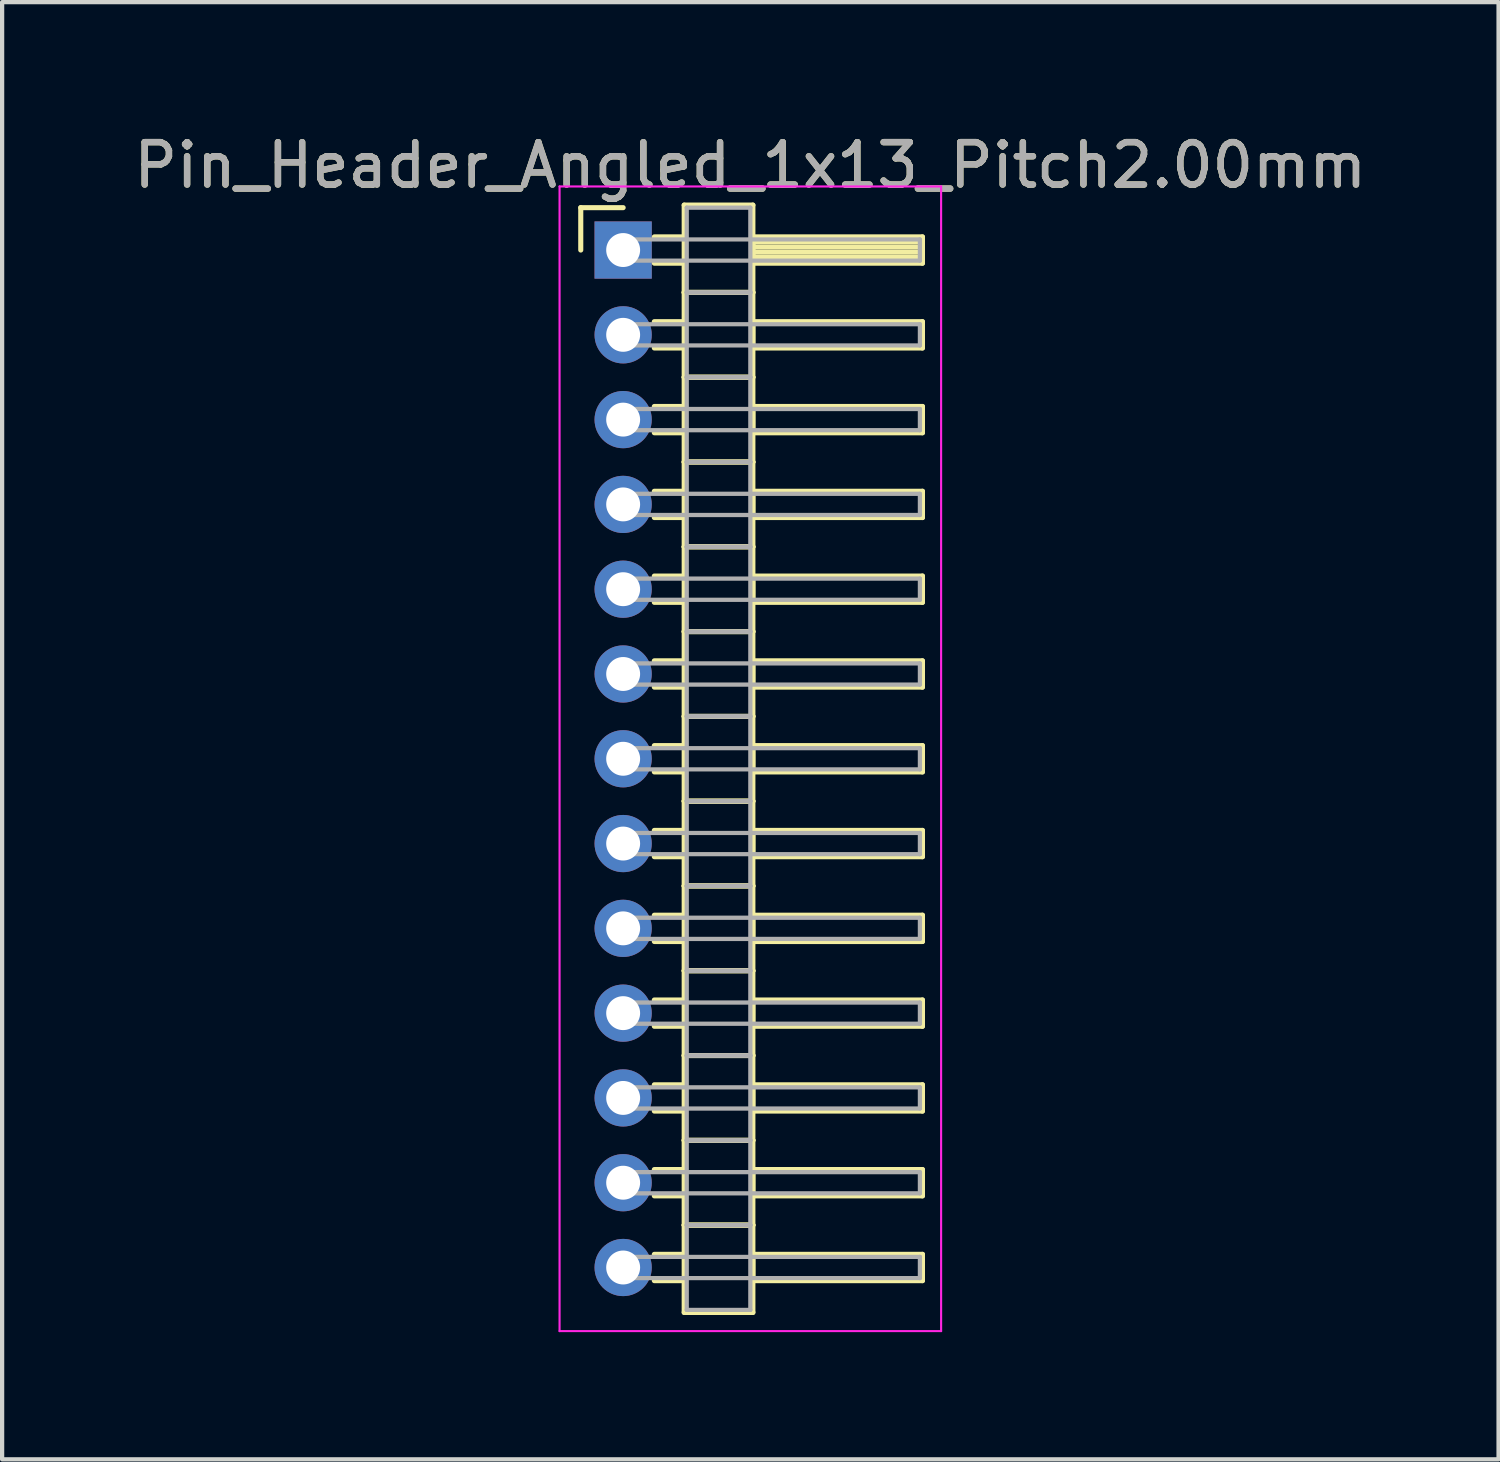
<source format=kicad_pcb>
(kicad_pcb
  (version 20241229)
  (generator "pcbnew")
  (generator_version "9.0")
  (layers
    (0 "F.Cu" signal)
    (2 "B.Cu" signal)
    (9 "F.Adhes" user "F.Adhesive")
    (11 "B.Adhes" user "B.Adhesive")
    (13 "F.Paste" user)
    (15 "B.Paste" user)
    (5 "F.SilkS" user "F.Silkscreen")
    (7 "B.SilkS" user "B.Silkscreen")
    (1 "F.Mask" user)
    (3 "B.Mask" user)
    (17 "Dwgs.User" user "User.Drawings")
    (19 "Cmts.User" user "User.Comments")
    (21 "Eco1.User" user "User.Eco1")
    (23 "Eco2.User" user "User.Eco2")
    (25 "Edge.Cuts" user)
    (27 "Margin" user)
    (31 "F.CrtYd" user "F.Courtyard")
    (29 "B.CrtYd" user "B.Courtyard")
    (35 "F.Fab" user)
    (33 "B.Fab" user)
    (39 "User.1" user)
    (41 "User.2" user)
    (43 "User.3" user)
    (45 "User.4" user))
  (footprint "Pin_Header_Angled_1x13_Pitch2.00mm"
    (layer "F.Cu")
    (at 11.649 2.848)
    (property "Reference" "Pin_Header_Angled_1x13_Pitch2.00mm" (at 3 -2 0) (layer "F.SilkS") (effects (font (size 1 1) (thickness 0.15))))
    (attr through_hole)
    (fp_line (start -1 -1) (end 0 -1) (stroke (width 0.12) (type solid)) (layer "F.SilkS"))
    (fp_line (start -1 0) (end -1 -1) (stroke (width 0.12) (type solid)) (layer "F.SilkS"))
    (fp_line (start 0.735 -0.31) (end 1.44 -0.31) (stroke (width 0.12) (type solid)) (layer "F.SilkS"))
    (fp_line (start 0.735 0.31) (end 1.44 0.31) (stroke (width 0.12) (type solid)) (layer "F.SilkS"))
    (fp_line (start 0.735 1.69) (end 1.44 1.69) (stroke (width 0.12) (type solid)) (layer "F.SilkS"))
    (fp_line (start 0.735 2.31) (end 1.44 2.31) (stroke (width 0.12) (type solid)) (layer "F.SilkS"))
    (fp_line (start 0.735 3.69) (end 1.44 3.69) (stroke (width 0.12) (type solid)) (layer "F.SilkS"))
    (fp_line (start 0.735 4.31) (end 1.44 4.31) (stroke (width 0.12) (type solid)) (layer "F.SilkS"))
    (fp_line (start 0.735 5.69) (end 1.44 5.69) (stroke (width 0.12) (type solid)) (layer "F.SilkS"))
    (fp_line (start 0.735 6.31) (end 1.44 6.31) (stroke (width 0.12) (type solid)) (layer "F.SilkS"))
    (fp_line (start 0.735 7.69) (end 1.44 7.69) (stroke (width 0.12) (type solid)) (layer "F.SilkS"))
    (fp_line (start 0.735 8.31) (end 1.44 8.31) (stroke (width 0.12) (type solid)) (layer "F.SilkS"))
    (fp_line (start 0.735 9.69) (end 1.44 9.69) (stroke (width 0.12) (type solid)) (layer "F.SilkS"))
    (fp_line (start 0.735 10.31) (end 1.44 10.31) (stroke (width 0.12) (type solid)) (layer "F.SilkS"))
    (fp_line (start 0.735 11.69) (end 1.44 11.69) (stroke (width 0.12) (type solid)) (layer "F.SilkS"))
    (fp_line (start 0.735 12.31) (end 1.44 12.31) (stroke (width 0.12) (type solid)) (layer "F.SilkS"))
    (fp_line (start 0.735 13.69) (end 1.44 13.69) (stroke (width 0.12) (type solid)) (layer "F.SilkS"))
    (fp_line (start 0.735 14.31) (end 1.44 14.31) (stroke (width 0.12) (type solid)) (layer "F.SilkS"))
    (fp_line (start 0.735 15.69) (end 1.44 15.69) (stroke (width 0.12) (type solid)) (layer "F.SilkS"))
    (fp_line (start 0.735 16.31) (end 1.44 16.31) (stroke (width 0.12) (type solid)) (layer "F.SilkS"))
    (fp_line (start 0.735 17.69) (end 1.44 17.69) (stroke (width 0.12) (type solid)) (layer "F.SilkS"))
    (fp_line (start 0.735 18.31) (end 1.44 18.31) (stroke (width 0.12) (type solid)) (layer "F.SilkS"))
    (fp_line (start 0.735 19.69) (end 1.44 19.69) (stroke (width 0.12) (type solid)) (layer "F.SilkS"))
    (fp_line (start 0.735 20.31) (end 1.44 20.31) (stroke (width 0.12) (type solid)) (layer "F.SilkS"))
    (fp_line (start 0.735 21.69) (end 1.44 21.69) (stroke (width 0.12) (type solid)) (layer "F.SilkS"))
    (fp_line (start 0.735 22.31) (end 1.44 22.31) (stroke (width 0.12) (type solid)) (layer "F.SilkS"))
    (fp_line (start 0.735 23.69) (end 1.44 23.69) (stroke (width 0.12) (type solid)) (layer "F.SilkS"))
    (fp_line (start 0.735 24.31) (end 1.44 24.31) (stroke (width 0.12) (type solid)) (layer "F.SilkS"))
    (fp_line (start 1.44 -1.06) (end 1.44 1) (stroke (width 0.12) (type solid)) (layer "F.SilkS"))
    (fp_line (start 1.44 1) (end 1.44 3) (stroke (width 0.12) (type solid)) (layer "F.SilkS"))
    (fp_line (start 1.44 1) (end 3.06 1) (stroke (width 0.12) (type solid)) (layer "F.SilkS"))
    (fp_line (start 1.44 3) (end 1.44 5) (stroke (width 0.12) (type solid)) (layer "F.SilkS"))
    (fp_line (start 1.44 3) (end 3.06 3) (stroke (width 0.12) (type solid)) (layer "F.SilkS"))
    (fp_line (start 1.44 5) (end 1.44 7) (stroke (width 0.12) (type solid)) (layer "F.SilkS"))
    (fp_line (start 1.44 5) (end 3.06 5) (stroke (width 0.12) (type solid)) (layer "F.SilkS"))
    (fp_line (start 1.44 7) (end 1.44 9) (stroke (width 0.12) (type solid)) (layer "F.SilkS"))
    (fp_line (start 1.44 7) (end 3.06 7) (stroke (width 0.12) (type solid)) (layer "F.SilkS"))
    (fp_line (start 1.44 9) (end 1.44 11) (stroke (width 0.12) (type solid)) (layer "F.SilkS"))
    (fp_line (start 1.44 9) (end 3.06 9) (stroke (width 0.12) (type solid)) (layer "F.SilkS"))
    (fp_line (start 1.44 11) (end 1.44 13) (stroke (width 0.12) (type solid)) (layer "F.SilkS"))
    (fp_line (start 1.44 11) (end 3.06 11) (stroke (width 0.12) (type solid)) (layer "F.SilkS"))
    (fp_line (start 1.44 13) (end 1.44 15) (stroke (width 0.12) (type solid)) (layer "F.SilkS"))
    (fp_line (start 1.44 13) (end 3.06 13) (stroke (width 0.12) (type solid)) (layer "F.SilkS"))
    (fp_line (start 1.44 15) (end 1.44 17) (stroke (width 0.12) (type solid)) (layer "F.SilkS"))
    (fp_line (start 1.44 15) (end 3.06 15) (stroke (width 0.12) (type solid)) (layer "F.SilkS"))
    (fp_line (start 1.44 17) (end 1.44 19) (stroke (width 0.12) (type solid)) (layer "F.SilkS"))
    (fp_line (start 1.44 17) (end 3.06 17) (stroke (width 0.12) (type solid)) (layer "F.SilkS"))
    (fp_line (start 1.44 19) (end 1.44 21) (stroke (width 0.12) (type solid)) (layer "F.SilkS"))
    (fp_line (start 1.44 19) (end 3.06 19) (stroke (width 0.12) (type solid)) (layer "F.SilkS"))
    (fp_line (start 1.44 21) (end 1.44 23) (stroke (width 0.12) (type solid)) (layer "F.SilkS"))
    (fp_line (start 1.44 21) (end 3.06 21) (stroke (width 0.12) (type solid)) (layer "F.SilkS"))
    (fp_line (start 1.44 23) (end 1.44 25.06) (stroke (width 0.12) (type solid)) (layer "F.SilkS"))
    (fp_line (start 1.44 23) (end 3.06 23) (stroke (width 0.12) (type solid)) (layer "F.SilkS"))
    (fp_line (start 1.44 25.06) (end 3.06 25.06) (stroke (width 0.12) (type solid)) (layer "F.SilkS"))
    (fp_line (start 3.06 -1.06) (end 1.44 -1.06) (stroke (width 0.12) (type solid)) (layer "F.SilkS"))
    (fp_line (start 3.06 -0.31) (end 3.06 0.31) (stroke (width 0.12) (type solid)) (layer "F.SilkS"))
    (fp_line (start 3.06 -0.19) (end 7.06 -0.19) (stroke (width 0.12) (type solid)) (layer "F.SilkS"))
    (fp_line (start 3.06 -0.07) (end 7.06 -0.07) (stroke (width 0.12) (type solid)) (layer "F.SilkS"))
    (fp_line (start 3.06 0.05) (end 7.06 0.05) (stroke (width 0.12) (type solid)) (layer "F.SilkS"))
    (fp_line (start 3.06 0.17) (end 7.06 0.17) (stroke (width 0.12) (type solid)) (layer "F.SilkS"))
    (fp_line (start 3.06 0.29) (end 7.06 0.29) (stroke (width 0.12) (type solid)) (layer "F.SilkS"))
    (fp_line (start 3.06 0.31) (end 7.06 0.31) (stroke (width 0.12) (type solid)) (layer "F.SilkS"))
    (fp_line (start 3.06 1) (end 1.44 1) (stroke (width 0.12) (type solid)) (layer "F.SilkS"))
    (fp_line (start 3.06 1) (end 3.06 -1.06) (stroke (width 0.12) (type solid)) (layer "F.SilkS"))
    (fp_line (start 3.06 1.69) (end 3.06 2.31) (stroke (width 0.12) (type solid)) (layer "F.SilkS"))
    (fp_line (start 3.06 2.31) (end 7.06 2.31) (stroke (width 0.12) (type solid)) (layer "F.SilkS"))
    (fp_line (start 3.06 3) (end 1.44 3) (stroke (width 0.12) (type solid)) (layer "F.SilkS"))
    (fp_line (start 3.06 3) (end 3.06 1) (stroke (width 0.12) (type solid)) (layer "F.SilkS"))
    (fp_line (start 3.06 3.69) (end 3.06 4.31) (stroke (width 0.12) (type solid)) (layer "F.SilkS"))
    (fp_line (start 3.06 4.31) (end 7.06 4.31) (stroke (width 0.12) (type solid)) (layer "F.SilkS"))
    (fp_line (start 3.06 5) (end 1.44 5) (stroke (width 0.12) (type solid)) (layer "F.SilkS"))
    (fp_line (start 3.06 5) (end 3.06 3) (stroke (width 0.12) (type solid)) (layer "F.SilkS"))
    (fp_line (start 3.06 5.69) (end 3.06 6.31) (stroke (width 0.12) (type solid)) (layer "F.SilkS"))
    (fp_line (start 3.06 6.31) (end 7.06 6.31) (stroke (width 0.12) (type solid)) (layer "F.SilkS"))
    (fp_line (start 3.06 7) (end 1.44 7) (stroke (width 0.12) (type solid)) (layer "F.SilkS"))
    (fp_line (start 3.06 7) (end 3.06 5) (stroke (width 0.12) (type solid)) (layer "F.SilkS"))
    (fp_line (start 3.06 7.69) (end 3.06 8.31) (stroke (width 0.12) (type solid)) (layer "F.SilkS"))
    (fp_line (start 3.06 8.31) (end 7.06 8.31) (stroke (width 0.12) (type solid)) (layer "F.SilkS"))
    (fp_line (start 3.06 9) (end 1.44 9) (stroke (width 0.12) (type solid)) (layer "F.SilkS"))
    (fp_line (start 3.06 9) (end 3.06 7) (stroke (width 0.12) (type solid)) (layer "F.SilkS"))
    (fp_line (start 3.06 9.69) (end 3.06 10.31) (stroke (width 0.12) (type solid)) (layer "F.SilkS"))
    (fp_line (start 3.06 10.31) (end 7.06 10.31) (stroke (width 0.12) (type solid)) (layer "F.SilkS"))
    (fp_line (start 3.06 11) (end 1.44 11) (stroke (width 0.12) (type solid)) (layer "F.SilkS"))
    (fp_line (start 3.06 11) (end 3.06 9) (stroke (width 0.12) (type solid)) (layer "F.SilkS"))
    (fp_line (start 3.06 11.69) (end 3.06 12.31) (stroke (width 0.12) (type solid)) (layer "F.SilkS"))
    (fp_line (start 3.06 12.31) (end 7.06 12.31) (stroke (width 0.12) (type solid)) (layer "F.SilkS"))
    (fp_line (start 3.06 13) (end 1.44 13) (stroke (width 0.12) (type solid)) (layer "F.SilkS"))
    (fp_line (start 3.06 13) (end 3.06 11) (stroke (width 0.12) (type solid)) (layer "F.SilkS"))
    (fp_line (start 3.06 13.69) (end 3.06 14.31) (stroke (width 0.12) (type solid)) (layer "F.SilkS"))
    (fp_line (start 3.06 14.31) (end 7.06 14.31) (stroke (width 0.12) (type solid)) (layer "F.SilkS"))
    (fp_line (start 3.06 15) (end 1.44 15) (stroke (width 0.12) (type solid)) (layer "F.SilkS"))
    (fp_line (start 3.06 15) (end 3.06 13) (stroke (width 0.12) (type solid)) (layer "F.SilkS"))
    (fp_line (start 3.06 15.69) (end 3.06 16.31) (stroke (width 0.12) (type solid)) (layer "F.SilkS"))
    (fp_line (start 3.06 16.31) (end 7.06 16.31) (stroke (width 0.12) (type solid)) (layer "F.SilkS"))
    (fp_line (start 3.06 17) (end 1.44 17) (stroke (width 0.12) (type solid)) (layer "F.SilkS"))
    (fp_line (start 3.06 17) (end 3.06 15) (stroke (width 0.12) (type solid)) (layer "F.SilkS"))
    (fp_line (start 3.06 17.69) (end 3.06 18.31) (stroke (width 0.12) (type solid)) (layer "F.SilkS"))
    (fp_line (start 3.06 18.31) (end 7.06 18.31) (stroke (width 0.12) (type solid)) (layer "F.SilkS"))
    (fp_line (start 3.06 19) (end 1.44 19) (stroke (width 0.12) (type solid)) (layer "F.SilkS"))
    (fp_line (start 3.06 19) (end 3.06 17) (stroke (width 0.12) (type solid)) (layer "F.SilkS"))
    (fp_line (start 3.06 19.69) (end 3.06 20.31) (stroke (width 0.12) (type solid)) (layer "F.SilkS"))
    (fp_line (start 3.06 20.31) (end 7.06 20.31) (stroke (width 0.12) (type solid)) (layer "F.SilkS"))
    (fp_line (start 3.06 21) (end 1.44 21) (stroke (width 0.12) (type solid)) (layer "F.SilkS"))
    (fp_line (start 3.06 21) (end 3.06 19) (stroke (width 0.12) (type solid)) (layer "F.SilkS"))
    (fp_line (start 3.06 21.69) (end 3.06 22.31) (stroke (width 0.12) (type solid)) (layer "F.SilkS"))
    (fp_line (start 3.06 22.31) (end 7.06 22.31) (stroke (width 0.12) (type solid)) (layer "F.SilkS"))
    (fp_line (start 3.06 23) (end 1.44 23) (stroke (width 0.12) (type solid)) (layer "F.SilkS"))
    (fp_line (start 3.06 23) (end 3.06 21) (stroke (width 0.12) (type solid)) (layer "F.SilkS"))
    (fp_line (start 3.06 23.69) (end 3.06 24.31) (stroke (width 0.12) (type solid)) (layer "F.SilkS"))
    (fp_line (start 3.06 24.31) (end 7.06 24.31) (stroke (width 0.12) (type solid)) (layer "F.SilkS"))
    (fp_line (start 3.06 25.06) (end 3.06 23) (stroke (width 0.12) (type solid)) (layer "F.SilkS"))
    (fp_line (start 7.06 -0.31) (end 3.06 -0.31) (stroke (width 0.12) (type solid)) (layer "F.SilkS"))
    (fp_line (start 7.06 0.31) (end 7.06 -0.31) (stroke (width 0.12) (type solid)) (layer "F.SilkS"))
    (fp_line (start 7.06 1.69) (end 3.06 1.69) (stroke (width 0.12) (type solid)) (layer "F.SilkS"))
    (fp_line (start 7.06 2.31) (end 7.06 1.69) (stroke (width 0.12) (type solid)) (layer "F.SilkS"))
    (fp_line (start 7.06 3.69) (end 3.06 3.69) (stroke (width 0.12) (type solid)) (layer "F.SilkS"))
    (fp_line (start 7.06 4.31) (end 7.06 3.69) (stroke (width 0.12) (type solid)) (layer "F.SilkS"))
    (fp_line (start 7.06 5.69) (end 3.06 5.69) (stroke (width 0.12) (type solid)) (layer "F.SilkS"))
    (fp_line (start 7.06 6.31) (end 7.06 5.69) (stroke (width 0.12) (type solid)) (layer "F.SilkS"))
    (fp_line (start 7.06 7.69) (end 3.06 7.69) (stroke (width 0.12) (type solid)) (layer "F.SilkS"))
    (fp_line (start 7.06 8.31) (end 7.06 7.69) (stroke (width 0.12) (type solid)) (layer "F.SilkS"))
    (fp_line (start 7.06 9.69) (end 3.06 9.69) (stroke (width 0.12) (type solid)) (layer "F.SilkS"))
    (fp_line (start 7.06 10.31) (end 7.06 9.69) (stroke (width 0.12) (type solid)) (layer "F.SilkS"))
    (fp_line (start 7.06 11.69) (end 3.06 11.69) (stroke (width 0.12) (type solid)) (layer "F.SilkS"))
    (fp_line (start 7.06 12.31) (end 7.06 11.69) (stroke (width 0.12) (type solid)) (layer "F.SilkS"))
    (fp_line (start 7.06 13.69) (end 3.06 13.69) (stroke (width 0.12) (type solid)) (layer "F.SilkS"))
    (fp_line (start 7.06 14.31) (end 7.06 13.69) (stroke (width 0.12) (type solid)) (layer "F.SilkS"))
    (fp_line (start 7.06 15.69) (end 3.06 15.69) (stroke (width 0.12) (type solid)) (layer "F.SilkS"))
    (fp_line (start 7.06 16.31) (end 7.06 15.69) (stroke (width 0.12) (type solid)) (layer "F.SilkS"))
    (fp_line (start 7.06 17.69) (end 3.06 17.69) (stroke (width 0.12) (type solid)) (layer "F.SilkS"))
    (fp_line (start 7.06 18.31) (end 7.06 17.69) (stroke (width 0.12) (type solid)) (layer "F.SilkS"))
    (fp_line (start 7.06 19.69) (end 3.06 19.69) (stroke (width 0.12) (type solid)) (layer "F.SilkS"))
    (fp_line (start 7.06 20.31) (end 7.06 19.69) (stroke (width 0.12) (type solid)) (layer "F.SilkS"))
    (fp_line (start 7.06 21.69) (end 3.06 21.69) (stroke (width 0.12) (type solid)) (layer "F.SilkS"))
    (fp_line (start 7.06 22.31) (end 7.06 21.69) (stroke (width 0.12) (type solid)) (layer "F.SilkS"))
    (fp_line (start 7.06 23.69) (end 3.06 23.69) (stroke (width 0.12) (type solid)) (layer "F.SilkS"))
    (fp_line (start 7.06 24.31) (end 7.06 23.69) (stroke (width 0.12) (type solid)) (layer "F.SilkS"))
    (fp_line (start -1.5 -1.5) (end -1.5 25.5) (stroke (width 0.05) (type solid)) (layer "F.CrtYd"))
    (fp_line (start -1.5 25.5) (end 7.5 25.5) (stroke (width 0.05) (type solid)) (layer "F.CrtYd"))
    (fp_line (start 7.5 -1.5) (end -1.5 -1.5) (stroke (width 0.05) (type solid)) (layer "F.CrtYd"))
    (fp_line (start 7.5 25.5) (end 7.5 -1.5) (stroke (width 0.05) (type solid)) (layer "F.CrtYd"))
    (fp_line (start 0 -0.25) (end 0 0.25) (stroke (width 0.1) (type solid)) (layer "F.Fab"))
    (fp_line (start 0 0.25) (end 7 0.25) (stroke (width 0.1) (type solid)) (layer "F.Fab"))
    (fp_line (start 0 1.75) (end 0 2.25) (stroke (width 0.1) (type solid)) (layer "F.Fab"))
    (fp_line (start 0 2.25) (end 7 2.25) (stroke (width 0.1) (type solid)) (layer "F.Fab"))
    (fp_line (start 0 3.75) (end 0 4.25) (stroke (width 0.1) (type solid)) (layer "F.Fab"))
    (fp_line (start 0 4.25) (end 7 4.25) (stroke (width 0.1) (type solid)) (layer "F.Fab"))
    (fp_line (start 0 5.75) (end 0 6.25) (stroke (width 0.1) (type solid)) (layer "F.Fab"))
    (fp_line (start 0 6.25) (end 7 6.25) (stroke (width 0.1) (type solid)) (layer "F.Fab"))
    (fp_line (start 0 7.75) (end 0 8.25) (stroke (width 0.1) (type solid)) (layer "F.Fab"))
    (fp_line (start 0 8.25) (end 7 8.25) (stroke (width 0.1) (type solid)) (layer "F.Fab"))
    (fp_line (start 0 9.75) (end 0 10.25) (stroke (width 0.1) (type solid)) (layer "F.Fab"))
    (fp_line (start 0 10.25) (end 7 10.25) (stroke (width 0.1) (type solid)) (layer "F.Fab"))
    (fp_line (start 0 11.75) (end 0 12.25) (stroke (width 0.1) (type solid)) (layer "F.Fab"))
    (fp_line (start 0 12.25) (end 7 12.25) (stroke (width 0.1) (type solid)) (layer "F.Fab"))
    (fp_line (start 0 13.75) (end 0 14.25) (stroke (width 0.1) (type solid)) (layer "F.Fab"))
    (fp_line (start 0 14.25) (end 7 14.25) (stroke (width 0.1) (type solid)) (layer "F.Fab"))
    (fp_line (start 0 15.75) (end 0 16.25) (stroke (width 0.1) (type solid)) (layer "F.Fab"))
    (fp_line (start 0 16.25) (end 7 16.25) (stroke (width 0.1) (type solid)) (layer "F.Fab"))
    (fp_line (start 0 17.75) (end 0 18.25) (stroke (width 0.1) (type solid)) (layer "F.Fab"))
    (fp_line (start 0 18.25) (end 7 18.25) (stroke (width 0.1) (type solid)) (layer "F.Fab"))
    (fp_line (start 0 19.75) (end 0 20.25) (stroke (width 0.1) (type solid)) (layer "F.Fab"))
    (fp_line (start 0 20.25) (end 7 20.25) (stroke (width 0.1) (type solid)) (layer "F.Fab"))
    (fp_line (start 0 21.75) (end 0 22.25) (stroke (width 0.1) (type solid)) (layer "F.Fab"))
    (fp_line (start 0 22.25) (end 7 22.25) (stroke (width 0.1) (type solid)) (layer "F.Fab"))
    (fp_line (start 0 23.75) (end 0 24.25) (stroke (width 0.1) (type solid)) (layer "F.Fab"))
    (fp_line (start 0 24.25) (end 7 24.25) (stroke (width 0.1) (type solid)) (layer "F.Fab"))
    (fp_line (start 1.5 -1) (end 1.5 1) (stroke (width 0.1) (type solid)) (layer "F.Fab"))
    (fp_line (start 1.5 1) (end 1.5 3) (stroke (width 0.1) (type solid)) (layer "F.Fab"))
    (fp_line (start 1.5 1) (end 3 1) (stroke (width 0.1) (type solid)) (layer "F.Fab"))
    (fp_line (start 1.5 3) (end 1.5 5) (stroke (width 0.1) (type solid)) (layer "F.Fab"))
    (fp_line (start 1.5 3) (end 3 3) (stroke (width 0.1) (type solid)) (layer "F.Fab"))
    (fp_line (start 1.5 5) (end 1.5 7) (stroke (width 0.1) (type solid)) (layer "F.Fab"))
    (fp_line (start 1.5 5) (end 3 5) (stroke (width 0.1) (type solid)) (layer "F.Fab"))
    (fp_line (start 1.5 7) (end 1.5 9) (stroke (width 0.1) (type solid)) (layer "F.Fab"))
    (fp_line (start 1.5 7) (end 3 7) (stroke (width 0.1) (type solid)) (layer "F.Fab"))
    (fp_line (start 1.5 9) (end 1.5 11) (stroke (width 0.1) (type solid)) (layer "F.Fab"))
    (fp_line (start 1.5 9) (end 3 9) (stroke (width 0.1) (type solid)) (layer "F.Fab"))
    (fp_line (start 1.5 11) (end 1.5 13) (stroke (width 0.1) (type solid)) (layer "F.Fab"))
    (fp_line (start 1.5 11) (end 3 11) (stroke (width 0.1) (type solid)) (layer "F.Fab"))
    (fp_line (start 1.5 13) (end 1.5 15) (stroke (width 0.1) (type solid)) (layer "F.Fab"))
    (fp_line (start 1.5 13) (end 3 13) (stroke (width 0.1) (type solid)) (layer "F.Fab"))
    (fp_line (start 1.5 15) (end 1.5 17) (stroke (width 0.1) (type solid)) (layer "F.Fab"))
    (fp_line (start 1.5 15) (end 3 15) (stroke (width 0.1) (type solid)) (layer "F.Fab"))
    (fp_line (start 1.5 17) (end 1.5 19) (stroke (width 0.1) (type solid)) (layer "F.Fab"))
    (fp_line (start 1.5 17) (end 3 17) (stroke (width 0.1) (type solid)) (layer "F.Fab"))
    (fp_line (start 1.5 19) (end 1.5 21) (stroke (width 0.1) (type solid)) (layer "F.Fab"))
    (fp_line (start 1.5 19) (end 3 19) (stroke (width 0.1) (type solid)) (layer "F.Fab"))
    (fp_line (start 1.5 21) (end 1.5 23) (stroke (width 0.1) (type solid)) (layer "F.Fab"))
    (fp_line (start 1.5 21) (end 3 21) (stroke (width 0.1) (type solid)) (layer "F.Fab"))
    (fp_line (start 1.5 23) (end 1.5 25) (stroke (width 0.1) (type solid)) (layer "F.Fab"))
    (fp_line (start 1.5 23) (end 3 23) (stroke (width 0.1) (type solid)) (layer "F.Fab"))
    (fp_line (start 1.5 25) (end 3 25) (stroke (width 0.1) (type solid)) (layer "F.Fab"))
    (fp_line (start 3 -1) (end 1.5 -1) (stroke (width 0.1) (type solid)) (layer "F.Fab"))
    (fp_line (start 3 1) (end 1.5 1) (stroke (width 0.1) (type solid)) (layer "F.Fab"))
    (fp_line (start 3 1) (end 3 -1) (stroke (width 0.1) (type solid)) (layer "F.Fab"))
    (fp_line (start 3 3) (end 1.5 3) (stroke (width 0.1) (type solid)) (layer "F.Fab"))
    (fp_line (start 3 3) (end 3 1) (stroke (width 0.1) (type solid)) (layer "F.Fab"))
    (fp_line (start 3 5) (end 1.5 5) (stroke (width 0.1) (type solid)) (layer "F.Fab"))
    (fp_line (start 3 5) (end 3 3) (stroke (width 0.1) (type solid)) (layer "F.Fab"))
    (fp_line (start 3 7) (end 1.5 7) (stroke (width 0.1) (type solid)) (layer "F.Fab"))
    (fp_line (start 3 7) (end 3 5) (stroke (width 0.1) (type solid)) (layer "F.Fab"))
    (fp_line (start 3 9) (end 1.5 9) (stroke (width 0.1) (type solid)) (layer "F.Fab"))
    (fp_line (start 3 9) (end 3 7) (stroke (width 0.1) (type solid)) (layer "F.Fab"))
    (fp_line (start 3 11) (end 1.5 11) (stroke (width 0.1) (type solid)) (layer "F.Fab"))
    (fp_line (start 3 11) (end 3 9) (stroke (width 0.1) (type solid)) (layer "F.Fab"))
    (fp_line (start 3 13) (end 1.5 13) (stroke (width 0.1) (type solid)) (layer "F.Fab"))
    (fp_line (start 3 13) (end 3 11) (stroke (width 0.1) (type solid)) (layer "F.Fab"))
    (fp_line (start 3 15) (end 1.5 15) (stroke (width 0.1) (type solid)) (layer "F.Fab"))
    (fp_line (start 3 15) (end 3 13) (stroke (width 0.1) (type solid)) (layer "F.Fab"))
    (fp_line (start 3 17) (end 1.5 17) (stroke (width 0.1) (type solid)) (layer "F.Fab"))
    (fp_line (start 3 17) (end 3 15) (stroke (width 0.1) (type solid)) (layer "F.Fab"))
    (fp_line (start 3 19) (end 1.5 19) (stroke (width 0.1) (type solid)) (layer "F.Fab"))
    (fp_line (start 3 19) (end 3 17) (stroke (width 0.1) (type solid)) (layer "F.Fab"))
    (fp_line (start 3 21) (end 1.5 21) (stroke (width 0.1) (type solid)) (layer "F.Fab"))
    (fp_line (start 3 21) (end 3 19) (stroke (width 0.1) (type solid)) (layer "F.Fab"))
    (fp_line (start 3 23) (end 1.5 23) (stroke (width 0.1) (type solid)) (layer "F.Fab"))
    (fp_line (start 3 23) (end 3 21) (stroke (width 0.1) (type solid)) (layer "F.Fab"))
    (fp_line (start 3 25) (end 3 23) (stroke (width 0.1) (type solid)) (layer "F.Fab"))
    (fp_line (start 7 -0.25) (end 0 -0.25) (stroke (width 0.1) (type solid)) (layer "F.Fab"))
    (fp_line (start 7 0.25) (end 7 -0.25) (stroke (width 0.1) (type solid)) (layer "F.Fab"))
    (fp_line (start 7 1.75) (end 0 1.75) (stroke (width 0.1) (type solid)) (layer "F.Fab"))
    (fp_line (start 7 2.25) (end 7 1.75) (stroke (width 0.1) (type solid)) (layer "F.Fab"))
    (fp_line (start 7 3.75) (end 0 3.75) (stroke (width 0.1) (type solid)) (layer "F.Fab"))
    (fp_line (start 7 4.25) (end 7 3.75) (stroke (width 0.1) (type solid)) (layer "F.Fab"))
    (fp_line (start 7 5.75) (end 0 5.75) (stroke (width 0.1) (type solid)) (layer "F.Fab"))
    (fp_line (start 7 6.25) (end 7 5.75) (stroke (width 0.1) (type solid)) (layer "F.Fab"))
    (fp_line (start 7 7.75) (end 0 7.75) (stroke (width 0.1) (type solid)) (layer "F.Fab"))
    (fp_line (start 7 8.25) (end 7 7.75) (stroke (width 0.1) (type solid)) (layer "F.Fab"))
    (fp_line (start 7 9.75) (end 0 9.75) (stroke (width 0.1) (type solid)) (layer "F.Fab"))
    (fp_line (start 7 10.25) (end 7 9.75) (stroke (width 0.1) (type solid)) (layer "F.Fab"))
    (fp_line (start 7 11.75) (end 0 11.75) (stroke (width 0.1) (type solid)) (layer "F.Fab"))
    (fp_line (start 7 12.25) (end 7 11.75) (stroke (width 0.1) (type solid)) (layer "F.Fab"))
    (fp_line (start 7 13.75) (end 0 13.75) (stroke (width 0.1) (type solid)) (layer "F.Fab"))
    (fp_line (start 7 14.25) (end 7 13.75) (stroke (width 0.1) (type solid)) (layer "F.Fab"))
    (fp_line (start 7 15.75) (end 0 15.75) (stroke (width 0.1) (type solid)) (layer "F.Fab"))
    (fp_line (start 7 16.25) (end 7 15.75) (stroke (width 0.1) (type solid)) (layer "F.Fab"))
    (fp_line (start 7 17.75) (end 0 17.75) (stroke (width 0.1) (type solid)) (layer "F.Fab"))
    (fp_line (start 7 18.25) (end 7 17.75) (stroke (width 0.1) (type solid)) (layer "F.Fab"))
    (fp_line (start 7 19.75) (end 0 19.75) (stroke (width 0.1) (type solid)) (layer "F.Fab"))
    (fp_line (start 7 20.25) (end 7 19.75) (stroke (width 0.1) (type solid)) (layer "F.Fab"))
    (fp_line (start 7 21.75) (end 0 21.75) (stroke (width 0.1) (type solid)) (layer "F.Fab"))
    (fp_line (start 7 22.25) (end 7 21.75) (stroke (width 0.1) (type solid)) (layer "F.Fab"))
    (fp_line (start 7 23.75) (end 0 23.75) (stroke (width 0.1) (type solid)) (layer "F.Fab"))
    (fp_line (start 7 24.25) (end 7 23.75) (stroke (width 0.1) (type solid)) (layer "F.Fab"))
    (fp_text user "${REFERENCE}" (at 3 -2 0) (layer "F.Fab") (effects (font (size 1 1) (thickness 0.15))))
    (pad "1" thru_hole rect (at 0 0) (size 1.35 1.35) (drill 0.8) (layers "*.Cu" "*.Mask"))
    (pad "2" thru_hole oval (at 0 2) (size 1.35 1.35) (drill 0.8) (layers "*.Cu" "*.Mask"))
    (pad "3" thru_hole oval (at 0 4) (size 1.35 1.35) (drill 0.8) (layers "*.Cu" "*.Mask"))
    (pad "4" thru_hole oval (at 0 6) (size 1.35 1.35) (drill 0.8) (layers "*.Cu" "*.Mask"))
    (pad "5" thru_hole oval (at 0 8) (size 1.35 1.35) (drill 0.8) (layers "*.Cu" "*.Mask"))
    (pad "6" thru_hole oval (at 0 10) (size 1.35 1.35) (drill 0.8) (layers "*.Cu" "*.Mask"))
    (pad "7" thru_hole oval (at 0 12) (size 1.35 1.35) (drill 0.8) (layers "*.Cu" "*.Mask"))
    (pad "8" thru_hole oval (at 0 14) (size 1.35 1.35) (drill 0.8) (layers "*.Cu" "*.Mask"))
    (pad "9" thru_hole oval (at 0 16) (size 1.35 1.35) (drill 0.8) (layers "*.Cu" "*.Mask"))
    (pad "10" thru_hole oval (at 0 18) (size 1.35 1.35) (drill 0.8) (layers "*.Cu" "*.Mask"))
    (pad "11" thru_hole oval (at 0 20) (size 1.35 1.35) (drill 0.8) (layers "*.Cu" "*.Mask"))
    (pad "12" thru_hole oval (at 0 22) (size 1.35 1.35) (drill 0.8) (layers "*.Cu" "*.Mask"))
    (pad "13" thru_hole oval (at 0 24) (size 1.35 1.35) (drill 0.8) (layers "*.Cu" "*.Mask")))
  (gr_rect
    (start -3 -3)
    (end 32.298 31.373)
    (stroke (width 0.1) (type default))
    (fill no)
    (layer "Edge.Cuts")))
</source>
